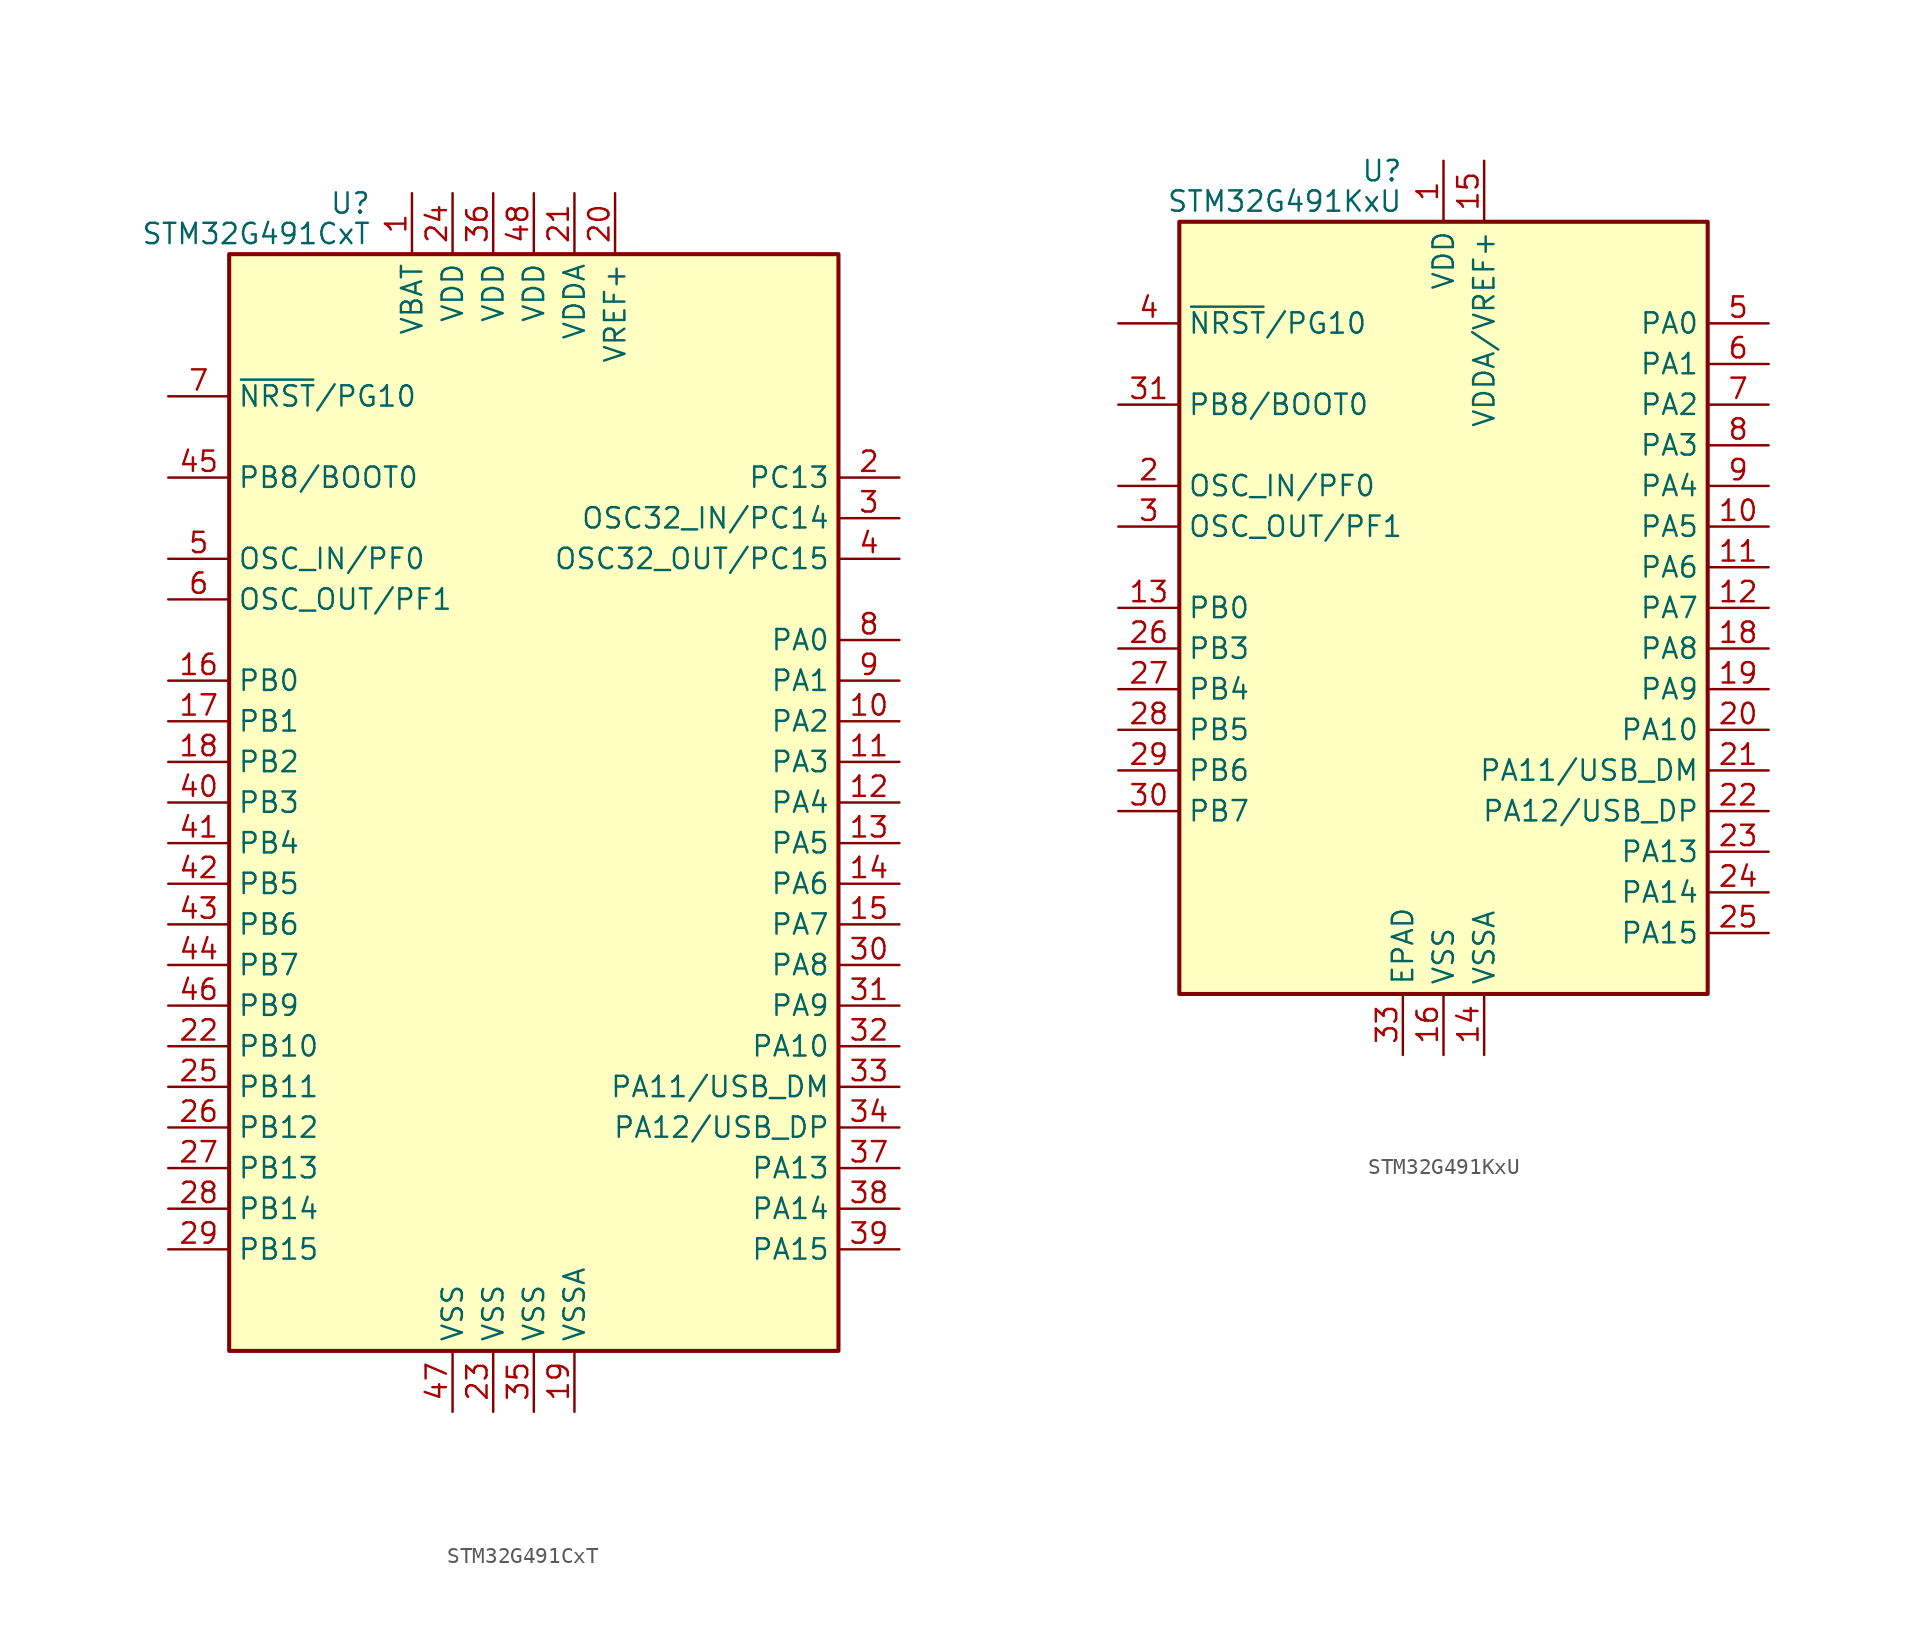
<source format=kicad_sym>
(kicad_symbol_lib
  (version 20210619)
  (generator kicad_symbol_editor)
  (symbol "MCU_ST_STM32G4:STM32G491CxT"
    (property "Reference" "U"
      (at -10.16 37.465 0)
      (effects (font (size 1.27 1.27)) (justify right)))
    (property "Value" "STM32G491CxT"
      (at -10.16 35.56 0)
      (effects (font (size 1.27 1.27)) (justify right)))
    (symbol "STM32G491CxT_0_1"
      (rectangle (start -19.05 34.29) (end 19.05 -34.29) (stroke (width 0.254)) (fill (type background))))
    (symbol "STM32G491CxT_1_1"
      (pin power_in line (at -7.62 38.1 270) (length 3.81) (name "VBAT" (effects (font (size 1.27 1.27)))) (number "1" (effects (font (size 1.27 1.27)))))
      (pin bidirectional line (at 22.86 5.08 180) (length 3.81) (name "PA2" (effects (font (size 1.27 1.27)))) (number "10" (effects (font (size 1.27 1.27)))))
      (pin bidirectional line (at 22.86 2.54 180) (length 3.81) (name "PA3" (effects (font (size 1.27 1.27)))) (number "11" (effects (font (size 1.27 1.27)))))
      (pin bidirectional line (at 22.86 0 180) (length 3.81) (name "PA4" (effects (font (size 1.27 1.27)))) (number "12" (effects (font (size 1.27 1.27)))))
      (pin bidirectional line (at 22.86 -2.54 180) (length 3.81) (name "PA5" (effects (font (size 1.27 1.27)))) (number "13" (effects (font (size 1.27 1.27)))))
      (pin bidirectional line (at 22.86 -5.08 180) (length 3.81) (name "PA6" (effects (font (size 1.27 1.27)))) (number "14" (effects (font (size 1.27 1.27)))))
      (pin bidirectional line (at 22.86 -7.62 180) (length 3.81) (name "PA7" (effects (font (size 1.27 1.27)))) (number "15" (effects (font (size 1.27 1.27)))))
      (pin bidirectional line (at -22.86 7.62 0) (length 3.81) (name "PB0" (effects (font (size 1.27 1.27)))) (number "16" (effects (font (size 1.27 1.27)))))
      (pin bidirectional line (at -22.86 5.08 0) (length 3.81) (name "PB1" (effects (font (size 1.27 1.27)))) (number "17" (effects (font (size 1.27 1.27)))))
      (pin bidirectional line (at -22.86 2.54 0) (length 3.81) (name "PB2" (effects (font (size 1.27 1.27)))) (number "18" (effects (font (size 1.27 1.27)))))
      (pin power_in line (at 2.54 -38.1 90) (length 3.81) (name "VSSA" (effects (font (size 1.27 1.27)))) (number "19" (effects (font (size 1.27 1.27)))))
      (pin bidirectional line (at 22.86 20.32 180) (length 3.81) (name "PC13" (effects (font (size 1.27 1.27)))) (number "2" (effects (font (size 1.27 1.27)))))
      (pin power_in line (at 5.08 38.1 270) (length 3.81) (name "VREF+" (effects (font (size 1.27 1.27)))) (number "20" (effects (font (size 1.27 1.27)))))
      (pin power_in line (at 2.54 38.1 270) (length 3.81) (name "VDDA" (effects (font (size 1.27 1.27)))) (number "21" (effects (font (size 1.27 1.27)))))
      (pin bidirectional line (at -22.86 -15.24 0) (length 3.81) (name "PB10" (effects (font (size 1.27 1.27)))) (number "22" (effects (font (size 1.27 1.27)))))
      (pin power_in line (at -2.54 -38.1 90) (length 3.81) (name "VSS" (effects (font (size 1.27 1.27)))) (number "23" (effects (font (size 1.27 1.27)))))
      (pin power_in line (at -5.08 38.1 270) (length 3.81) (name "VDD" (effects (font (size 1.27 1.27)))) (number "24" (effects (font (size 1.27 1.27)))))
      (pin bidirectional line (at -22.86 -17.78 0) (length 3.81) (name "PB11" (effects (font (size 1.27 1.27)))) (number "25" (effects (font (size 1.27 1.27)))))
      (pin bidirectional line (at -22.86 -20.32 0) (length 3.81) (name "PB12" (effects (font (size 1.27 1.27)))) (number "26" (effects (font (size 1.27 1.27)))))
      (pin bidirectional line (at -22.86 -22.86 0) (length 3.81) (name "PB13" (effects (font (size 1.27 1.27)))) (number "27" (effects (font (size 1.27 1.27)))))
      (pin bidirectional line (at -22.86 -25.4 0) (length 3.81) (name "PB14" (effects (font (size 1.27 1.27)))) (number "28" (effects (font (size 1.27 1.27)))))
      (pin bidirectional line (at -22.86 -27.94 0) (length 3.81) (name "PB15" (effects (font (size 1.27 1.27)))) (number "29" (effects (font (size 1.27 1.27)))))
      (pin bidirectional line (at 22.86 17.78 180) (length 3.81) (name "OSC32_IN/PC14" (effects (font (size 1.27 1.27)))) (number "3" (effects (font (size 1.27 1.27)))))
      (pin bidirectional line (at 22.86 -10.16 180) (length 3.81) (name "PA8" (effects (font (size 1.27 1.27)))) (number "30" (effects (font (size 1.27 1.27)))))
      (pin bidirectional line (at 22.86 -12.7 180) (length 3.81) (name "PA9" (effects (font (size 1.27 1.27)))) (number "31" (effects (font (size 1.27 1.27)))))
      (pin bidirectional line (at 22.86 -15.24 180) (length 3.81) (name "PA10" (effects (font (size 1.27 1.27)))) (number "32" (effects (font (size 1.27 1.27)))))
      (pin bidirectional line (at 22.86 -17.78 180) (length 3.81) (name "PA11/USB_DM" (effects (font (size 1.27 1.27)))) (number "33" (effects (font (size 1.27 1.27)))))
      (pin bidirectional line (at 22.86 -20.32 180) (length 3.81) (name "PA12/USB_DP" (effects (font (size 1.27 1.27)))) (number "34" (effects (font (size 1.27 1.27)))))
      (pin power_in line (at 0 -38.1 90) (length 3.81) (name "VSS" (effects (font (size 1.27 1.27)))) (number "35" (effects (font (size 1.27 1.27)))))
      (pin power_in line (at -2.54 38.1 270) (length 3.81) (name "VDD" (effects (font (size 1.27 1.27)))) (number "36" (effects (font (size 1.27 1.27)))))
      (pin bidirectional line (at 22.86 -22.86 180) (length 3.81) (name "PA13" (effects (font (size 1.27 1.27)))) (number "37" (effects (font (size 1.27 1.27)))))
      (pin bidirectional line (at 22.86 -25.4 180) (length 3.81) (name "PA14" (effects (font (size 1.27 1.27)))) (number "38" (effects (font (size 1.27 1.27)))))
      (pin bidirectional line (at 22.86 -27.94 180) (length 3.81) (name "PA15" (effects (font (size 1.27 1.27)))) (number "39" (effects (font (size 1.27 1.27)))))
      (pin bidirectional line (at 22.86 15.24 180) (length 3.81) (name "OSC32_OUT/PC15" (effects (font (size 1.27 1.27)))) (number "4" (effects (font (size 1.27 1.27)))))
      (pin bidirectional line (at -22.86 0 0) (length 3.81) (name "PB3" (effects (font (size 1.27 1.27)))) (number "40" (effects (font (size 1.27 1.27)))))
      (pin bidirectional line (at -22.86 -2.54 0) (length 3.81) (name "PB4" (effects (font (size 1.27 1.27)))) (number "41" (effects (font (size 1.27 1.27)))))
      (pin bidirectional line (at -22.86 -5.08 0) (length 3.81) (name "PB5" (effects (font (size 1.27 1.27)))) (number "42" (effects (font (size 1.27 1.27)))))
      (pin bidirectional line (at -22.86 -7.62 0) (length 3.81) (name "PB6" (effects (font (size 1.27 1.27)))) (number "43" (effects (font (size 1.27 1.27)))))
      (pin bidirectional line (at -22.86 -10.16 0) (length 3.81) (name "PB7" (effects (font (size 1.27 1.27)))) (number "44" (effects (font (size 1.27 1.27)))))
      (pin bidirectional line (at -22.86 20.32 0) (length 3.81) (name "PB8/BOOT0" (effects (font (size 1.27 1.27)))) (number "45" (effects (font (size 1.27 1.27)))))
      (pin bidirectional line (at -22.86 -12.7 0) (length 3.81) (name "PB9" (effects (font (size 1.27 1.27)))) (number "46" (effects (font (size 1.27 1.27)))))
      (pin power_in line (at -5.08 -38.1 90) (length 3.81) (name "VSS" (effects (font (size 1.27 1.27)))) (number "47" (effects (font (size 1.27 1.27)))))
      (pin power_in line (at 0 38.1 270) (length 3.81) (name "VDD" (effects (font (size 1.27 1.27)))) (number "48" (effects (font (size 1.27 1.27)))))
      (pin bidirectional line (at -22.86 15.24 0) (length 3.81) (name "OSC_IN/PF0" (effects (font (size 1.27 1.27)))) (number "5" (effects (font (size 1.27 1.27)))))
      (pin bidirectional line (at -22.86 12.7 0) (length 3.81) (name "OSC_OUT/PF1" (effects (font (size 1.27 1.27)))) (number "6" (effects (font (size 1.27 1.27)))))
      (pin bidirectional line (at -22.86 25.4 0) (length 3.81) (name "~{NRST}/PG10" (effects (font (size 1.27 1.27)))) (number "7" (effects (font (size 1.27 1.27)))))
      (pin bidirectional line (at 22.86 10.16 180) (length 3.81) (name "PA0" (effects (font (size 1.27 1.27)))) (number "8" (effects (font (size 1.27 1.27)))))
      (pin bidirectional line (at 22.86 7.62 180) (length 3.81) (name "PA1" (effects (font (size 1.27 1.27)))) (number "9" (effects (font (size 1.27 1.27)))))))
  (symbol "MCU_ST_STM32G4:STM32G491KxU"
    (property "Reference" "U"
      (at -2.54 27.305 0)
      (effects (font (size 1.27 1.27)) (justify right)))
    (property "Value" "STM32G491KxU"
      (at -2.54 25.4 0)
      (effects (font (size 1.27 1.27)) (justify right)))
    (symbol "STM32G491KxU_0_1"
      (rectangle (start -16.51 24.13) (end 16.51 -24.13) (stroke (width 0.254)) (fill (type background))))
    (symbol "STM32G491KxU_1_1"
      (pin power_in line (at 0 27.94 270) (length 3.81) (name "VDD" (effects (font (size 1.27 1.27)))) (number "1" (effects (font (size 1.27 1.27)))))
      (pin bidirectional line (at 20.32 5.08 180) (length 3.81) (name "PA5" (effects (font (size 1.27 1.27)))) (number "10" (effects (font (size 1.27 1.27)))))
      (pin bidirectional line (at 20.32 2.54 180) (length 3.81) (name "PA6" (effects (font (size 1.27 1.27)))) (number "11" (effects (font (size 1.27 1.27)))))
      (pin bidirectional line (at 20.32 0 180) (length 3.81) (name "PA7" (effects (font (size 1.27 1.27)))) (number "12" (effects (font (size 1.27 1.27)))))
      (pin bidirectional line (at -20.32 0 0) (length 3.81) (name "PB0" (effects (font (size 1.27 1.27)))) (number "13" (effects (font (size 1.27 1.27)))))
      (pin power_in line (at 2.54 -27.94 90) (length 3.81) (name "VSSA" (effects (font (size 1.27 1.27)))) (number "14" (effects (font (size 1.27 1.27)))))
      (pin power_in line (at 2.54 27.94 270) (length 3.81) (name "VDDA/VREF+" (effects (font (size 1.27 1.27)))) (number "15" (effects (font (size 1.27 1.27)))))
      (pin power_in line (at 0 -27.94 90) (length 3.81) (name "VSS" (effects (font (size 1.27 1.27)))) (number "16" (effects (font (size 1.27 1.27)))))
      (pin passive line (at 0 27.94 270) (length 3.81) hide (name "VDD" (effects (font (size 1.27 1.27)))) (number "17" (effects (font (size 1.27 1.27)))))
      (pin bidirectional line (at 20.32 -2.54 180) (length 3.81) (name "PA8" (effects (font (size 1.27 1.27)))) (number "18" (effects (font (size 1.27 1.27)))))
      (pin bidirectional line (at 20.32 -5.08 180) (length 3.81) (name "PA9" (effects (font (size 1.27 1.27)))) (number "19" (effects (font (size 1.27 1.27)))))
      (pin bidirectional line (at -20.32 7.62 0) (length 3.81) (name "OSC_IN/PF0" (effects (font (size 1.27 1.27)))) (number "2" (effects (font (size 1.27 1.27)))))
      (pin bidirectional line (at 20.32 -7.62 180) (length 3.81) (name "PA10" (effects (font (size 1.27 1.27)))) (number "20" (effects (font (size 1.27 1.27)))))
      (pin bidirectional line (at 20.32 -10.16 180) (length 3.81) (name "PA11/USB_DM" (effects (font (size 1.27 1.27)))) (number "21" (effects (font (size 1.27 1.27)))))
      (pin bidirectional line (at 20.32 -12.7 180) (length 3.81) (name "PA12/USB_DP" (effects (font (size 1.27 1.27)))) (number "22" (effects (font (size 1.27 1.27)))))
      (pin bidirectional line (at 20.32 -15.24 180) (length 3.81) (name "PA13" (effects (font (size 1.27 1.27)))) (number "23" (effects (font (size 1.27 1.27)))))
      (pin bidirectional line (at 20.32 -17.78 180) (length 3.81) (name "PA14" (effects (font (size 1.27 1.27)))) (number "24" (effects (font (size 1.27 1.27)))))
      (pin bidirectional line (at 20.32 -20.32 180) (length 3.81) (name "PA15" (effects (font (size 1.27 1.27)))) (number "25" (effects (font (size 1.27 1.27)))))
      (pin bidirectional line (at -20.32 -2.54 0) (length 3.81) (name "PB3" (effects (font (size 1.27 1.27)))) (number "26" (effects (font (size 1.27 1.27)))))
      (pin bidirectional line (at -20.32 -5.08 0) (length 3.81) (name "PB4" (effects (font (size 1.27 1.27)))) (number "27" (effects (font (size 1.27 1.27)))))
      (pin bidirectional line (at -20.32 -7.62 0) (length 3.81) (name "PB5" (effects (font (size 1.27 1.27)))) (number "28" (effects (font (size 1.27 1.27)))))
      (pin bidirectional line (at -20.32 -10.16 0) (length 3.81) (name "PB6" (effects (font (size 1.27 1.27)))) (number "29" (effects (font (size 1.27 1.27)))))
      (pin bidirectional line (at -20.32 5.08 0) (length 3.81) (name "OSC_OUT/PF1" (effects (font (size 1.27 1.27)))) (number "3" (effects (font (size 1.27 1.27)))))
      (pin bidirectional line (at -20.32 -12.7 0) (length 3.81) (name "PB7" (effects (font (size 1.27 1.27)))) (number "30" (effects (font (size 1.27 1.27)))))
      (pin bidirectional line (at -20.32 12.7 0) (length 3.81) (name "PB8/BOOT0" (effects (font (size 1.27 1.27)))) (number "31" (effects (font (size 1.27 1.27)))))
      (pin passive line (at 0 -27.94 90) (length 3.81) hide (name "VSS" (effects (font (size 1.27 1.27)))) (number "32" (effects (font (size 1.27 1.27)))))
      (pin passive line (at -2.54 -27.94 90) (length 3.81) (name "EPAD" (effects (font (size 1.27 1.27)))) (number "33" (effects (font (size 1.27 1.27)))))
      (pin bidirectional line (at -20.32 17.78 0) (length 3.81) (name "~{NRST}/PG10" (effects (font (size 1.27 1.27)))) (number "4" (effects (font (size 1.27 1.27)))))
      (pin bidirectional line (at 20.32 17.78 180) (length 3.81) (name "PA0" (effects (font (size 1.27 1.27)))) (number "5" (effects (font (size 1.27 1.27)))))
      (pin bidirectional line (at 20.32 15.24 180) (length 3.81) (name "PA1" (effects (font (size 1.27 1.27)))) (number "6" (effects (font (size 1.27 1.27)))))
      (pin bidirectional line (at 20.32 12.7 180) (length 3.81) (name "PA2" (effects (font (size 1.27 1.27)))) (number "7" (effects (font (size 1.27 1.27)))))
      (pin bidirectional line (at 20.32 10.16 180) (length 3.81) (name "PA3" (effects (font (size 1.27 1.27)))) (number "8" (effects (font (size 1.27 1.27)))))
      (pin bidirectional line (at 20.32 7.62 180) (length 3.81) (name "PA4" (effects (font (size 1.27 1.27)))) (number "9" (effects (font (size 1.27 1.27))))))))
</source>
